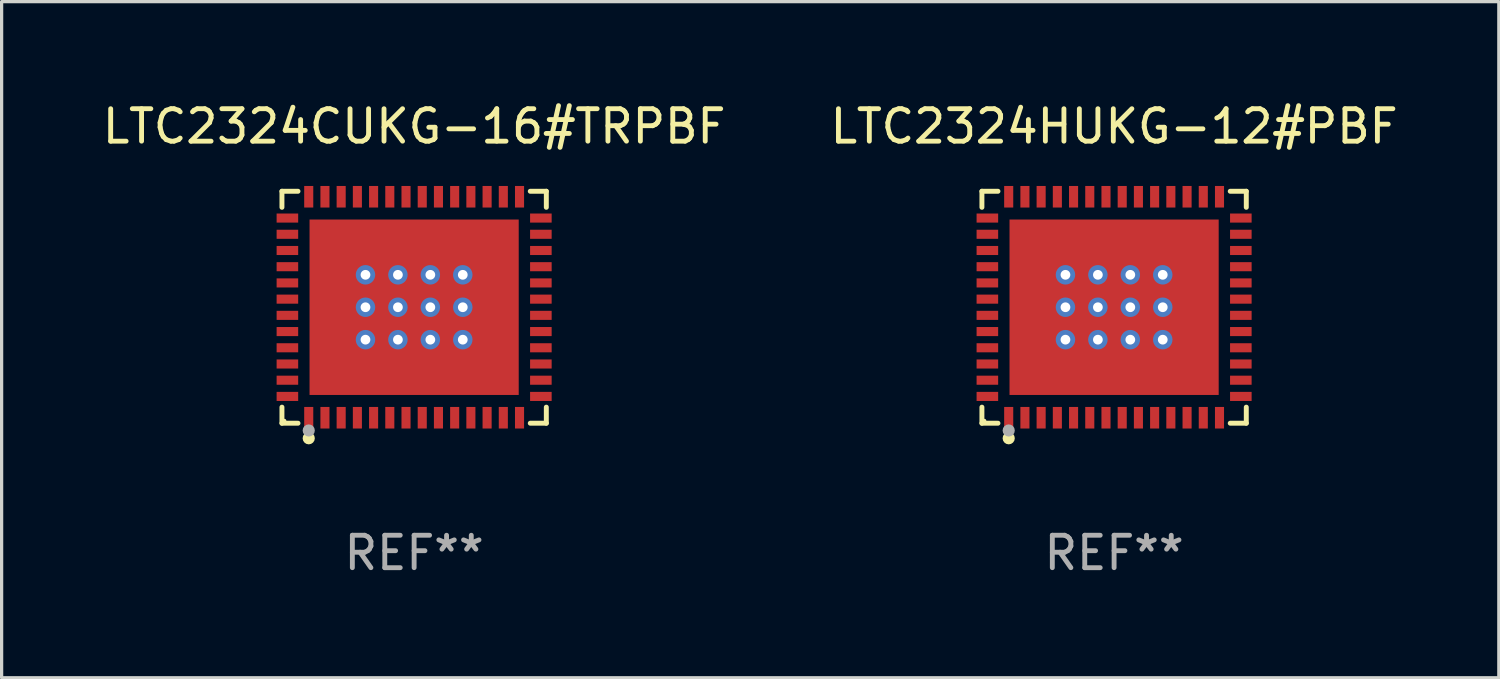
<source format=kicad_pcb>
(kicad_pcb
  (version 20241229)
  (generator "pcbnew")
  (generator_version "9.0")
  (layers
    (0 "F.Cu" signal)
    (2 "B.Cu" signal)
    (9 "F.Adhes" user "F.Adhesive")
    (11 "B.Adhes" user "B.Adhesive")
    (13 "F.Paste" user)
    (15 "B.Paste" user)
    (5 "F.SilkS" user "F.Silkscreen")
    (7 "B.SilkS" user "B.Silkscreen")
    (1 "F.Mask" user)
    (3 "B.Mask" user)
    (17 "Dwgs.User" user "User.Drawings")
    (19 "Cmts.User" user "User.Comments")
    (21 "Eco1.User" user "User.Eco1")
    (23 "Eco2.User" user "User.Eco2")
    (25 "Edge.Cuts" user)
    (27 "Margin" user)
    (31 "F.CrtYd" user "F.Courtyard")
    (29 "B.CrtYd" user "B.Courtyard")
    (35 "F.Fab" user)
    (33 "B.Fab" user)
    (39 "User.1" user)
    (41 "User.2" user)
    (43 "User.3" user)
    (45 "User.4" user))
  (footprint "LTC2324CUKG-16#TRPBF"
    (layer "F.Cu")
    (at 9.72 6.424)
    (property "Reference" "LTC2324CUKG-16#TRPBF" (at 0 -5.576 0) (layer "F.SilkS") (effects (font (size 1 1) (thickness 0.15))))
    (attr through_hole)
    (fp_line (start -4.076 -3.576) (end -3.581 -3.576) (stroke (width 0.152) (type solid)) (layer "F.SilkS"))
    (fp_line (start -4.076 -3.081) (end -4.076 -3.576) (stroke (width 0.152) (type solid)) (layer "F.SilkS"))
    (fp_line (start -4.076 3.081) (end -4.076 3.576) (stroke (width 0.152) (type solid)) (layer "F.SilkS"))
    (fp_line (start -4.076 3.576) (end -3.581 3.576) (stroke (width 0.152) (type solid)) (layer "F.SilkS"))
    (fp_line (start 4.076 -3.576) (end 3.581 -3.576) (stroke (width 0.152) (type solid)) (layer "F.SilkS"))
    (fp_line (start 4.076 -3.081) (end 4.076 -3.576) (stroke (width 0.152) (type solid)) (layer "F.SilkS"))
    (fp_line (start 4.076 3.081) (end 4.076 3.576) (stroke (width 0.152) (type solid)) (layer "F.SilkS"))
    (fp_line (start 4.076 3.576) (end 3.581 3.576) (stroke (width 0.152) (type solid)) (layer "F.SilkS"))
    (fp_circle (center -4 3.5) (end -3.97 3.5) (stroke (width 0.06) (type solid)) (fill no) (layer "F.SilkS"))
    (fp_circle (center -3.25 4.04) (end -3.156 4.04) (stroke (width 0.188) (type solid)) (fill no) (layer "F.SilkS"))
    (fp_circle (center -3.25 3.8) (end -3.156 3.8) (stroke (width 0.188) (type solid)) (fill no) (layer "F.Fab"))
    (fp_text user "REF**" (at 0 7.576 0) (layer "F.Fab") (effects (font (size 1 1) (thickness 0.15))))
    (pad "1" smd rect (at -3.25 3.407) (size 0.28 0.665) (layers "F.Cu" "F.Mask" "F.Paste"))
    (pad "2" smd rect (at -2.75 3.407) (size 0.28 0.665) (layers "F.Cu" "F.Mask" "F.Paste"))
    (pad "3" smd rect (at -2.25 3.407) (size 0.28 0.665) (layers "F.Cu" "F.Mask" "F.Paste"))
    (pad "4" smd rect (at -1.75 3.407) (size 0.28 0.665) (layers "F.Cu" "F.Mask" "F.Paste"))
    (pad "5" smd rect (at -1.25 3.407) (size 0.28 0.665) (layers "F.Cu" "F.Mask" "F.Paste"))
    (pad "6" smd rect (at -0.75 3.407) (size 0.28 0.665) (layers "F.Cu" "F.Mask" "F.Paste"))
    (pad "7" smd rect (at -0.25 3.407) (size 0.28 0.665) (layers "F.Cu" "F.Mask" "F.Paste"))
    (pad "8" smd rect (at 0.25 3.407) (size 0.28 0.665) (layers "F.Cu" "F.Mask" "F.Paste"))
    (pad "9" smd rect (at 0.75 3.407) (size 0.28 0.665) (layers "F.Cu" "F.Mask" "F.Paste"))
    (pad "10" smd rect (at 1.25 3.407) (size 0.28 0.665) (layers "F.Cu" "F.Mask" "F.Paste"))
    (pad "11" smd rect (at 1.75 3.407) (size 0.28 0.665) (layers "F.Cu" "F.Mask" "F.Paste"))
    (pad "12" smd rect (at 2.25 3.407) (size 0.28 0.665) (layers "F.Cu" "F.Mask" "F.Paste"))
    (pad "13" smd rect (at 2.75 3.407) (size 0.28 0.665) (layers "F.Cu" "F.Mask" "F.Paste"))
    (pad "14" smd rect (at 3.25 3.407) (size 0.28 0.665) (layers "F.Cu" "F.Mask" "F.Paste"))
    (pad "15" smd rect (at 3.908 2.75) (size 0.665 0.28) (layers "F.Cu" "F.Mask" "F.Paste"))
    (pad "16" smd rect (at 3.908 2.25) (size 0.665 0.28) (layers "F.Cu" "F.Mask" "F.Paste"))
    (pad "17" smd rect (at 3.908 1.75) (size 0.665 0.28) (layers "F.Cu" "F.Mask" "F.Paste"))
    (pad "18" smd rect (at 3.908 1.25) (size 0.665 0.28) (layers "F.Cu" "F.Mask" "F.Paste"))
    (pad "19" smd rect (at 3.908 0.75) (size 0.665 0.28) (layers "F.Cu" "F.Mask" "F.Paste"))
    (pad "20" smd rect (at 3.908 0.25) (size 0.665 0.28) (layers "F.Cu" "F.Mask" "F.Paste"))
    (pad "21" smd rect (at 3.908 -0.25) (size 0.665 0.28) (layers "F.Cu" "F.Mask" "F.Paste"))
    (pad "22" smd rect (at 3.908 -0.75) (size 0.665 0.28) (layers "F.Cu" "F.Mask" "F.Paste"))
    (pad "23" smd rect (at 3.908 -1.25) (size 0.665 0.28) (layers "F.Cu" "F.Mask" "F.Paste"))
    (pad "24" smd rect (at 3.908 -1.75) (size 0.665 0.28) (layers "F.Cu" "F.Mask" "F.Paste"))
    (pad "25" smd rect (at 3.908 -2.25) (size 0.665 0.28) (layers "F.Cu" "F.Mask" "F.Paste"))
    (pad "26" smd rect (at 3.908 -2.75) (size 0.665 0.28) (layers "F.Cu" "F.Mask" "F.Paste"))
    (pad "27" smd rect (at 3.25 -3.407) (size 0.28 0.665) (layers "F.Cu" "F.Mask" "F.Paste"))
    (pad "28" smd rect (at 2.75 -3.407) (size 0.28 0.665) (layers "F.Cu" "F.Mask" "F.Paste"))
    (pad "29" smd rect (at 2.25 -3.407) (size 0.28 0.665) (layers "F.Cu" "F.Mask" "F.Paste"))
    (pad "30" smd rect (at 1.75 -3.407) (size 0.28 0.665) (layers "F.Cu" "F.Mask" "F.Paste"))
    (pad "31" smd rect (at 1.25 -3.407) (size 0.28 0.665) (layers "F.Cu" "F.Mask" "F.Paste"))
    (pad "32" smd rect (at 0.75 -3.407) (size 0.28 0.665) (layers "F.Cu" "F.Mask" "F.Paste"))
    (pad "33" smd rect (at 0.25 -3.407) (size 0.28 0.665) (layers "F.Cu" "F.Mask" "F.Paste"))
    (pad "34" smd rect (at -0.25 -3.407) (size 0.28 0.665) (layers "F.Cu" "F.Mask" "F.Paste"))
    (pad "35" smd rect (at -0.75 -3.407) (size 0.28 0.665) (layers "F.Cu" "F.Mask" "F.Paste"))
    (pad "36" smd rect (at -1.25 -3.407) (size 0.28 0.665) (layers "F.Cu" "F.Mask" "F.Paste"))
    (pad "37" smd rect (at -1.75 -3.407) (size 0.28 0.665) (layers "F.Cu" "F.Mask" "F.Paste"))
    (pad "38" smd rect (at -2.25 -3.407) (size 0.28 0.665) (layers "F.Cu" "F.Mask" "F.Paste"))
    (pad "39" smd rect (at -2.75 -3.407) (size 0.28 0.665) (layers "F.Cu" "F.Mask" "F.Paste"))
    (pad "40" smd rect (at -3.25 -3.407) (size 0.28 0.665) (layers "F.Cu" "F.Mask" "F.Paste"))
    (pad "41" smd rect (at -3.908 -2.75) (size 0.665 0.28) (layers "F.Cu" "F.Mask" "F.Paste"))
    (pad "42" smd rect (at -3.908 -2.25) (size 0.665 0.28) (layers "F.Cu" "F.Mask" "F.Paste"))
    (pad "43" smd rect (at -3.908 -1.75) (size 0.665 0.28) (layers "F.Cu" "F.Mask" "F.Paste"))
    (pad "44" smd rect (at -3.908 -1.25) (size 0.665 0.28) (layers "F.Cu" "F.Mask" "F.Paste"))
    (pad "45" smd rect (at -3.908 -0.75) (size 0.665 0.28) (layers "F.Cu" "F.Mask" "F.Paste"))
    (pad "46" smd rect (at -3.908 -0.25) (size 0.665 0.28) (layers "F.Cu" "F.Mask" "F.Paste"))
    (pad "47" smd rect (at -3.908 0.25) (size 0.665 0.28) (layers "F.Cu" "F.Mask" "F.Paste"))
    (pad "48" smd rect (at -3.908 0.75) (size 0.665 0.28) (layers "F.Cu" "F.Mask" "F.Paste"))
    (pad "49" smd rect (at -3.908 1.25) (size 0.665 0.28) (layers "F.Cu" "F.Mask" "F.Paste"))
    (pad "50" smd rect (at -3.908 1.75) (size 0.665 0.28) (layers "F.Cu" "F.Mask" "F.Paste"))
    (pad "51" smd rect (at -3.908 2.25) (size 0.665 0.28) (layers "F.Cu" "F.Mask" "F.Paste"))
    (pad "52" smd rect (at -3.908 2.75) (size 0.665 0.28) (layers "F.Cu" "F.Mask" "F.Paste"))
    (pad "53" thru_hole circle (at -1.5 -1) (size 0.6 0.6) (drill 0.3) (layers "*.Cu" "*.Mask"))
    (pad "53" thru_hole circle (at -1.5 0) (size 0.6 0.6) (drill 0.3) (layers "*.Cu" "*.Mask"))
    (pad "53" thru_hole circle (at -1.5 1) (size 0.6 0.6) (drill 0.3) (layers "*.Cu" "*.Mask"))
    (pad "53" thru_hole circle (at -0.5 -1) (size 0.6 0.6) (drill 0.3) (layers "*.Cu" "*.Mask"))
    (pad "53" thru_hole circle (at -0.5 0) (size 0.6 0.6) (drill 0.3) (layers "*.Cu" "*.Mask"))
    (pad "53" thru_hole circle (at -0.5 1) (size 0.6 0.6) (drill 0.3) (layers "*.Cu" "*.Mask"))
    (pad "53" smd rect (at 0 0) (size 6.45 5.41) (layers "F.Cu" "F.Mask" "F.Paste"))
    (pad "53" thru_hole circle (at 0.5 -1) (size 0.6 0.6) (drill 0.3) (layers "*.Cu" "*.Mask"))
    (pad "53" thru_hole circle (at 0.5 0) (size 0.6 0.6) (drill 0.3) (layers "*.Cu" "*.Mask"))
    (pad "53" thru_hole circle (at 0.5 1) (size 0.6 0.6) (drill 0.3) (layers "*.Cu" "*.Mask"))
    (pad "53" thru_hole circle (at 1.5 -1) (size 0.6 0.6) (drill 0.3) (layers "*.Cu" "*.Mask"))
    (pad "53" thru_hole circle (at 1.5 0) (size 0.6 0.6) (drill 0.3) (layers "*.Cu" "*.Mask"))
    (pad "53" thru_hole circle (at 1.5 1) (size 0.6 0.6) (drill 0.3) (layers "*.Cu" "*.Mask")))
  (footprint "LTC2324HUKG-12#PBF"
    (layer "F.Cu")
    (at 31.304 6.424)
    (property "Reference" "LTC2324HUKG-12#PBF" (at 0 -5.576 0) (layer "F.SilkS") (effects (font (size 1 1) (thickness 0.15))))
    (attr through_hole)
    (fp_line (start -4.076 -3.576) (end -3.581 -3.576) (stroke (width 0.152) (type solid)) (layer "F.SilkS"))
    (fp_line (start -4.076 -3.081) (end -4.076 -3.576) (stroke (width 0.152) (type solid)) (layer "F.SilkS"))
    (fp_line (start -4.076 3.081) (end -4.076 3.576) (stroke (width 0.152) (type solid)) (layer "F.SilkS"))
    (fp_line (start -4.076 3.576) (end -3.581 3.576) (stroke (width 0.152) (type solid)) (layer "F.SilkS"))
    (fp_line (start 4.076 -3.576) (end 3.581 -3.576) (stroke (width 0.152) (type solid)) (layer "F.SilkS"))
    (fp_line (start 4.076 -3.081) (end 4.076 -3.576) (stroke (width 0.152) (type solid)) (layer "F.SilkS"))
    (fp_line (start 4.076 3.081) (end 4.076 3.576) (stroke (width 0.152) (type solid)) (layer "F.SilkS"))
    (fp_line (start 4.076 3.576) (end 3.581 3.576) (stroke (width 0.152) (type solid)) (layer "F.SilkS"))
    (fp_circle (center -4 3.5) (end -3.97 3.5) (stroke (width 0.06) (type solid)) (fill no) (layer "F.SilkS"))
    (fp_circle (center -3.25 4.04) (end -3.156 4.04) (stroke (width 0.188) (type solid)) (fill no) (layer "F.SilkS"))
    (fp_circle (center -3.25 3.8) (end -3.156 3.8) (stroke (width 0.188) (type solid)) (fill no) (layer "F.Fab"))
    (fp_text user "REF**" (at 0 7.576 0) (layer "F.Fab") (effects (font (size 1 1) (thickness 0.15))))
    (pad "1" smd rect (at -3.25 3.407) (size 0.28 0.665) (layers "F.Cu" "F.Mask" "F.Paste"))
    (pad "2" smd rect (at -2.75 3.407) (size 0.28 0.665) (layers "F.Cu" "F.Mask" "F.Paste"))
    (pad "3" smd rect (at -2.25 3.407) (size 0.28 0.665) (layers "F.Cu" "F.Mask" "F.Paste"))
    (pad "4" smd rect (at -1.75 3.407) (size 0.28 0.665) (layers "F.Cu" "F.Mask" "F.Paste"))
    (pad "5" smd rect (at -1.25 3.407) (size 0.28 0.665) (layers "F.Cu" "F.Mask" "F.Paste"))
    (pad "6" smd rect (at -0.75 3.407) (size 0.28 0.665) (layers "F.Cu" "F.Mask" "F.Paste"))
    (pad "7" smd rect (at -0.25 3.407) (size 0.28 0.665) (layers "F.Cu" "F.Mask" "F.Paste"))
    (pad "8" smd rect (at 0.25 3.407) (size 0.28 0.665) (layers "F.Cu" "F.Mask" "F.Paste"))
    (pad "9" smd rect (at 0.75 3.407) (size 0.28 0.665) (layers "F.Cu" "F.Mask" "F.Paste"))
    (pad "10" smd rect (at 1.25 3.407) (size 0.28 0.665) (layers "F.Cu" "F.Mask" "F.Paste"))
    (pad "11" smd rect (at 1.75 3.407) (size 0.28 0.665) (layers "F.Cu" "F.Mask" "F.Paste"))
    (pad "12" smd rect (at 2.25 3.407) (size 0.28 0.665) (layers "F.Cu" "F.Mask" "F.Paste"))
    (pad "13" smd rect (at 2.75 3.407) (size 0.28 0.665) (layers "F.Cu" "F.Mask" "F.Paste"))
    (pad "14" smd rect (at 3.25 3.407) (size 0.28 0.665) (layers "F.Cu" "F.Mask" "F.Paste"))
    (pad "15" smd rect (at 3.908 2.75) (size 0.665 0.28) (layers "F.Cu" "F.Mask" "F.Paste"))
    (pad "16" smd rect (at 3.908 2.25) (size 0.665 0.28) (layers "F.Cu" "F.Mask" "F.Paste"))
    (pad "17" smd rect (at 3.908 1.75) (size 0.665 0.28) (layers "F.Cu" "F.Mask" "F.Paste"))
    (pad "18" smd rect (at 3.908 1.25) (size 0.665 0.28) (layers "F.Cu" "F.Mask" "F.Paste"))
    (pad "19" smd rect (at 3.908 0.75) (size 0.665 0.28) (layers "F.Cu" "F.Mask" "F.Paste"))
    (pad "20" smd rect (at 3.908 0.25) (size 0.665 0.28) (layers "F.Cu" "F.Mask" "F.Paste"))
    (pad "21" smd rect (at 3.908 -0.25) (size 0.665 0.28) (layers "F.Cu" "F.Mask" "F.Paste"))
    (pad "22" smd rect (at 3.908 -0.75) (size 0.665 0.28) (layers "F.Cu" "F.Mask" "F.Paste"))
    (pad "23" smd rect (at 3.908 -1.25) (size 0.665 0.28) (layers "F.Cu" "F.Mask" "F.Paste"))
    (pad "24" smd rect (at 3.908 -1.75) (size 0.665 0.28) (layers "F.Cu" "F.Mask" "F.Paste"))
    (pad "25" smd rect (at 3.908 -2.25) (size 0.665 0.28) (layers "F.Cu" "F.Mask" "F.Paste"))
    (pad "26" smd rect (at 3.908 -2.75) (size 0.665 0.28) (layers "F.Cu" "F.Mask" "F.Paste"))
    (pad "27" smd rect (at 3.25 -3.407) (size 0.28 0.665) (layers "F.Cu" "F.Mask" "F.Paste"))
    (pad "28" smd rect (at 2.75 -3.407) (size 0.28 0.665) (layers "F.Cu" "F.Mask" "F.Paste"))
    (pad "29" smd rect (at 2.25 -3.407) (size 0.28 0.665) (layers "F.Cu" "F.Mask" "F.Paste"))
    (pad "30" smd rect (at 1.75 -3.407) (size 0.28 0.665) (layers "F.Cu" "F.Mask" "F.Paste"))
    (pad "31" smd rect (at 1.25 -3.407) (size 0.28 0.665) (layers "F.Cu" "F.Mask" "F.Paste"))
    (pad "32" smd rect (at 0.75 -3.407) (size 0.28 0.665) (layers "F.Cu" "F.Mask" "F.Paste"))
    (pad "33" smd rect (at 0.25 -3.407) (size 0.28 0.665) (layers "F.Cu" "F.Mask" "F.Paste"))
    (pad "34" smd rect (at -0.25 -3.407) (size 0.28 0.665) (layers "F.Cu" "F.Mask" "F.Paste"))
    (pad "35" smd rect (at -0.75 -3.407) (size 0.28 0.665) (layers "F.Cu" "F.Mask" "F.Paste"))
    (pad "36" smd rect (at -1.25 -3.407) (size 0.28 0.665) (layers "F.Cu" "F.Mask" "F.Paste"))
    (pad "37" smd rect (at -1.75 -3.407) (size 0.28 0.665) (layers "F.Cu" "F.Mask" "F.Paste"))
    (pad "38" smd rect (at -2.25 -3.407) (size 0.28 0.665) (layers "F.Cu" "F.Mask" "F.Paste"))
    (pad "39" smd rect (at -2.75 -3.407) (size 0.28 0.665) (layers "F.Cu" "F.Mask" "F.Paste"))
    (pad "40" smd rect (at -3.25 -3.407) (size 0.28 0.665) (layers "F.Cu" "F.Mask" "F.Paste"))
    (pad "41" smd rect (at -3.908 -2.75) (size 0.665 0.28) (layers "F.Cu" "F.Mask" "F.Paste"))
    (pad "42" smd rect (at -3.908 -2.25) (size 0.665 0.28) (layers "F.Cu" "F.Mask" "F.Paste"))
    (pad "43" smd rect (at -3.908 -1.75) (size 0.665 0.28) (layers "F.Cu" "F.Mask" "F.Paste"))
    (pad "44" smd rect (at -3.908 -1.25) (size 0.665 0.28) (layers "F.Cu" "F.Mask" "F.Paste"))
    (pad "45" smd rect (at -3.908 -0.75) (size 0.665 0.28) (layers "F.Cu" "F.Mask" "F.Paste"))
    (pad "46" smd rect (at -3.908 -0.25) (size 0.665 0.28) (layers "F.Cu" "F.Mask" "F.Paste"))
    (pad "47" smd rect (at -3.908 0.25) (size 0.665 0.28) (layers "F.Cu" "F.Mask" "F.Paste"))
    (pad "48" smd rect (at -3.908 0.75) (size 0.665 0.28) (layers "F.Cu" "F.Mask" "F.Paste"))
    (pad "49" smd rect (at -3.908 1.25) (size 0.665 0.28) (layers "F.Cu" "F.Mask" "F.Paste"))
    (pad "50" smd rect (at -3.908 1.75) (size 0.665 0.28) (layers "F.Cu" "F.Mask" "F.Paste"))
    (pad "51" smd rect (at -3.908 2.25) (size 0.665 0.28) (layers "F.Cu" "F.Mask" "F.Paste"))
    (pad "52" smd rect (at -3.908 2.75) (size 0.665 0.28) (layers "F.Cu" "F.Mask" "F.Paste"))
    (pad "53" thru_hole circle (at -1.5 -1) (size 0.6 0.6) (drill 0.3) (layers "*.Cu" "*.Mask"))
    (pad "53" thru_hole circle (at -1.5 0) (size 0.6 0.6) (drill 0.3) (layers "*.Cu" "*.Mask"))
    (pad "53" thru_hole circle (at -1.5 1) (size 0.6 0.6) (drill 0.3) (layers "*.Cu" "*.Mask"))
    (pad "53" thru_hole circle (at -0.5 -1) (size 0.6 0.6) (drill 0.3) (layers "*.Cu" "*.Mask"))
    (pad "53" thru_hole circle (at -0.5 0) (size 0.6 0.6) (drill 0.3) (layers "*.Cu" "*.Mask"))
    (pad "53" thru_hole circle (at -0.5 1) (size 0.6 0.6) (drill 0.3) (layers "*.Cu" "*.Mask"))
    (pad "53" smd rect (at 0 0) (size 6.45 5.41) (layers "F.Cu" "F.Mask" "F.Paste"))
    (pad "53" thru_hole circle (at 0.5 -1) (size 0.6 0.6) (drill 0.3) (layers "*.Cu" "*.Mask"))
    (pad "53" thru_hole circle (at 0.5 0) (size 0.6 0.6) (drill 0.3) (layers "*.Cu" "*.Mask"))
    (pad "53" thru_hole circle (at 0.5 1) (size 0.6 0.6) (drill 0.3) (layers "*.Cu" "*.Mask"))
    (pad "53" thru_hole circle (at 1.5 -1) (size 0.6 0.6) (drill 0.3) (layers "*.Cu" "*.Mask"))
    (pad "53" thru_hole circle (at 1.5 0) (size 0.6 0.6) (drill 0.3) (layers "*.Cu" "*.Mask"))
    (pad "53" thru_hole circle (at 1.5 1) (size 0.6 0.6) (drill 0.3) (layers "*.Cu" "*.Mask")))
  (gr_rect
    (start -3 -3)
    (end 43.167 17.849)
    (stroke (width 0.1) (type default))
    (fill no)
    (layer "Edge.Cuts")))
</source>
